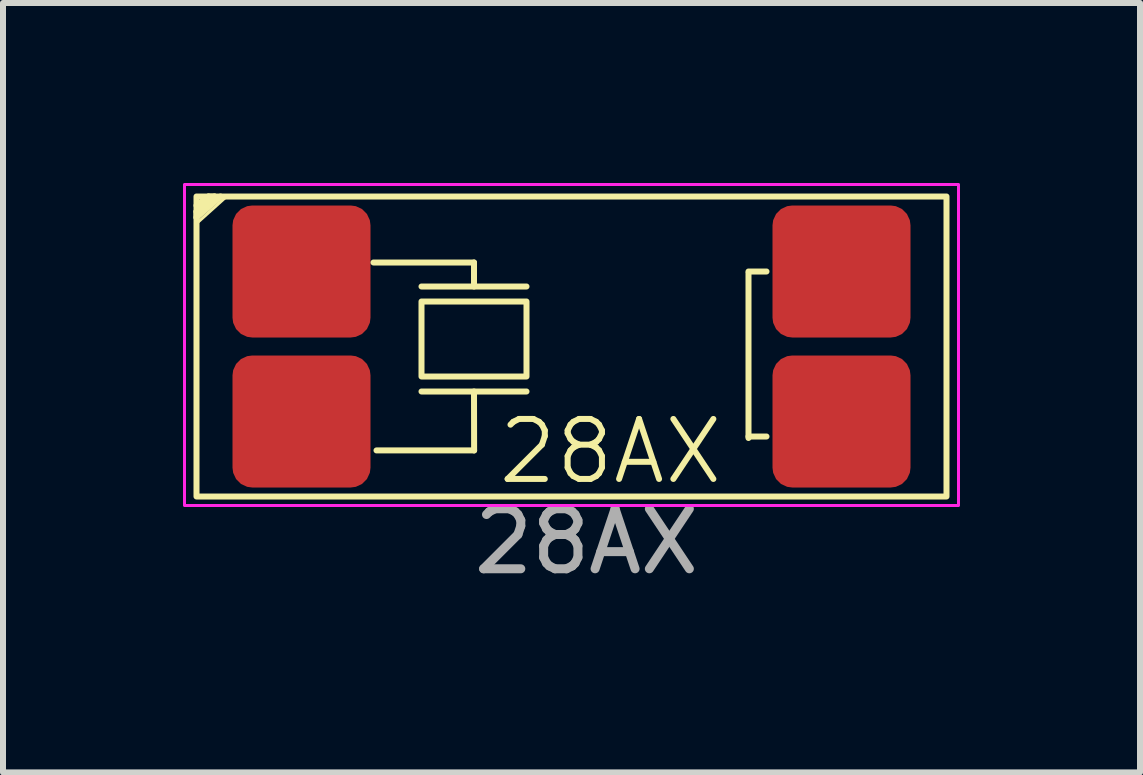
<source format=kicad_pcb>
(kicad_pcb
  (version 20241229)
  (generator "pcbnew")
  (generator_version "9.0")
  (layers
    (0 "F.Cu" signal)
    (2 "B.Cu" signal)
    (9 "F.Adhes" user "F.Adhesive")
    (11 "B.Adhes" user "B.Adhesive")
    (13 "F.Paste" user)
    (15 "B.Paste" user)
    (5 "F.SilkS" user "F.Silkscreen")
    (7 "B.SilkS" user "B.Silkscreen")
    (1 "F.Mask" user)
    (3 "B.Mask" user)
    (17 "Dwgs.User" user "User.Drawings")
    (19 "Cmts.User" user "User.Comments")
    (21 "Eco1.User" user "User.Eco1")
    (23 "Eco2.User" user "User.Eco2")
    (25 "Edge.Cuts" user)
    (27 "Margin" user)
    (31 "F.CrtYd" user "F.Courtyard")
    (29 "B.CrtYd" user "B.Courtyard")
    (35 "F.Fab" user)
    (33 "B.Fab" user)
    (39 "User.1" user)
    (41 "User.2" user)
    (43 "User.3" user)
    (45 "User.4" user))
  (footprint "28AX"
    (layer "F.Cu")
    (at 6.725 3.475)
    (property "Reference" "28AX" (at 0.4 1 0) (unlocked yes) (layer "F.SilkS") (effects (font (size 1 1) (thickness 0.1))))
    (attr smd)
    (fp_line (start -6.5 -3) (end -6.2 -3.25) (stroke (width 0.1) (type default)) (layer "F.SilkS"))
    (fp_line (start -6.5 -2.9) (end -6.5 -3) (stroke (width 0.1) (type default)) (layer "F.SilkS"))
    (fp_line (start -6.3 -3.25) (end -6.5 -3.1) (stroke (width 0.1) (type default)) (layer "F.SilkS"))
    (fp_line (start -6.2 -3.25) (end -6.3 -3.25) (stroke (width 0.1) (type default)) (layer "F.SilkS"))
    (fp_line (start -6.1 -3.25) (end -6.5 -2.9) (stroke (width 0.1) (type default)) (layer "F.SilkS"))
    (fp_line (start -3.55 -2.15) (end -1.875 -2.15) (stroke (width 0.1) (type default)) (layer "F.SilkS"))
    (fp_line (start -3.5 0.982) (end -1.873 0.982) (stroke (width 0.1) (type default)) (layer "F.SilkS"))
    (fp_line (start -2.75 -1.75) (end -1 -1.75) (stroke (width 0.1) (type default)) (layer "F.SilkS"))
    (fp_line (start -2.75 0) (end -1 0) (stroke (width 0.1) (type default)) (layer "F.SilkS"))
    (fp_line (start -1.875 -1.75) (end -1.875 -2.15) (stroke (width 0.1) (type default)) (layer "F.SilkS"))
    (fp_line (start -1.875 0) (end -1.873 0.982) (stroke (width 0.1) (type default)) (layer "F.SilkS"))
    (fp_line (start 2.7 -1.975) (end 2.7 0.775) (stroke (width 0.1) (type default)) (layer "F.SilkS"))
    (fp_line (start 2.7 0.75) (end 3 0.75) (stroke (width 0.1) (type default)) (layer "F.SilkS"))
    (fp_line (start 3 -2) (end 2.7 -2) (stroke (width 0.1) (type default)) (layer "F.SilkS"))
    (fp_rect (start -6.5 -3.25) (end 6 1.75) (stroke (width 0.1) (type default)) (fill no) (layer "F.SilkS"))
    (fp_rect (start -2.75 -1.5) (end -1 -0.25) (stroke (width 0.1) (type default)) (fill no) (layer "F.SilkS"))
    (fp_poly (pts (xy -6 -3.25) (xy -6.5 -3.25) (xy -6.5 -2.8)) (stroke (width 0.05) (type solid)) (fill no) (layer "F.SilkS"))
    (fp_rect (start -6.7 -3.45) (end 6.2 1.9) (stroke (width 0.05) (type default)) (fill no) (layer "F.CrtYd"))
    (fp_text user "${REFERENCE}" (at 0 2.5 0) (unlocked yes) (layer "F.Fab") (effects (font (size 1 1) (thickness 0.15))))
    (pad "1" smd roundrect (at -4.75 0.5) (size 2.3 2.2) (layers "F.Cu" "F.Mask" "F.Paste") (roundrect_rratio 0.15))
    (pad "2" smd roundrect (at 4.25 0.5) (size 2.3 2.2) (layers "F.Cu" "F.Mask" "F.Paste") (roundrect_rratio 0.15))
    (pad "3" smd roundrect (at 4.25 -2) (size 2.3 2.2) (layers "F.Cu" "F.Mask" "F.Paste") (roundrect_rratio 0.15))
    (pad "4" smd roundrect (at -4.75 -2) (size 2.3 2.2) (layers "F.Cu" "F.Mask" "F.Paste") (roundrect_rratio 0.15)))
  (gr_rect
    (start -3 -3)
    (end 15.95 9.823)
    (stroke (width 0.1) (type default))
    (fill no)
    (layer "Edge.Cuts")))
</source>
